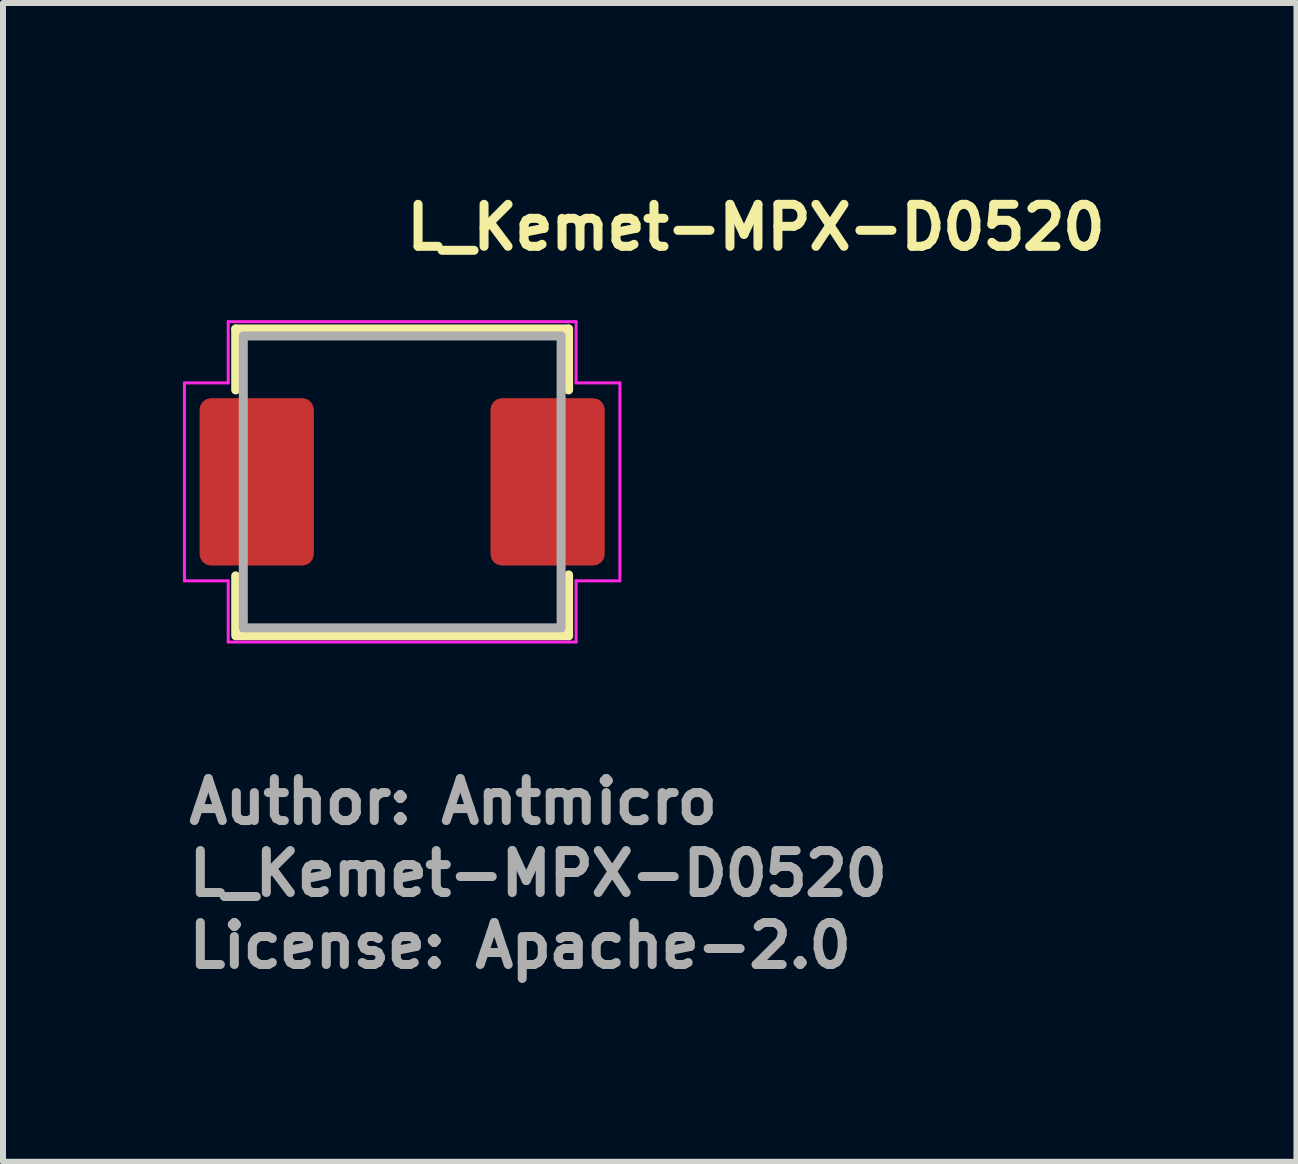
<source format=kicad_pcb>
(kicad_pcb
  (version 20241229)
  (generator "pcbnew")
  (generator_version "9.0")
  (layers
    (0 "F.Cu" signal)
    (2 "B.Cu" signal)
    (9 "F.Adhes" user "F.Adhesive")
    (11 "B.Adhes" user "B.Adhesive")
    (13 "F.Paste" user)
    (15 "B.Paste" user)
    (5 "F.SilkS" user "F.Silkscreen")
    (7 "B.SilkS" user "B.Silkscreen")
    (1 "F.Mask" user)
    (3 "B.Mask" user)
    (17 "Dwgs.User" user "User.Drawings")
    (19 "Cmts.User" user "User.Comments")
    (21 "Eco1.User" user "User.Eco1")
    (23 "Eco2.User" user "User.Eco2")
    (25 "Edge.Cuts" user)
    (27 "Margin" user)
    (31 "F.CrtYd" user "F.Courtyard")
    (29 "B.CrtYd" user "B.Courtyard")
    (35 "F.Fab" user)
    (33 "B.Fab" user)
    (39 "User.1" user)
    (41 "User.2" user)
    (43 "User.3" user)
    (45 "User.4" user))
  (footprint "L_Kemet-MPX-D0520"
    (layer "F.Cu")
    (at 3.655 4.984)
    (property "Reference" "L_Kemet-MPX-D0520" (at 0 -3.834 0) (layer "F.SilkS") (effects (font (size 0.7 0.7) (thickness 0.15)) (justify left bottom)))
    (attr smd)
    (fp_line (start -2.775 -2.549) (end 2.775 -2.549) (stroke (width 0.15) (type solid)) (layer "F.SilkS"))
    (fp_line (start -2.775 -1.533) (end -2.775 -2.549) (stroke (width 0.15) (type solid)) (layer "F.SilkS"))
    (fp_line (start -2.775 2.566) (end -2.775 1.567) (stroke (width 0.15) (type solid)) (layer "F.SilkS"))
    (fp_line (start 2.775 -2.549) (end 2.775 -1.533) (stroke (width 0.15) (type solid)) (layer "F.SilkS"))
    (fp_line (start 2.775 1.551) (end 2.775 2.566) (stroke (width 0.15) (type solid)) (layer "F.SilkS"))
    (fp_line (start 2.775 2.566) (end -2.749 2.566) (stroke (width 0.15) (type solid)) (layer "F.SilkS"))
    (fp_line (start -3.63 -1.65) (end -2.9 -1.65) (stroke (width 0.05) (type solid)) (layer "F.CrtYd"))
    (fp_line (start -3.63 1.65) (end -3.63 -1.65) (stroke (width 0.05) (type solid)) (layer "F.CrtYd"))
    (fp_line (start -2.9 -1.65) (end -2.9 -2.67) (stroke (width 0.05) (type solid)) (layer "F.CrtYd"))
    (fp_line (start -2.9 1.65) (end -3.63 1.65) (stroke (width 0.05) (type solid)) (layer "F.CrtYd"))
    (fp_line (start -2.9 2.67) (end -2.9 1.65) (stroke (width 0.05) (type solid)) (layer "F.CrtYd"))
    (fp_line (start 2.9 -2.67) (end -2.9 -2.67) (stroke (width 0.05) (type solid)) (layer "F.CrtYd"))
    (fp_line (start 2.9 -2.67) (end 2.9 -1.65) (stroke (width 0.05) (type solid)) (layer "F.CrtYd"))
    (fp_line (start 2.9 -1.65) (end 3.63 -1.65) (stroke (width 0.05) (type solid)) (layer "F.CrtYd"))
    (fp_line (start 2.9 2.67) (end -2.9 2.67) (stroke (width 0.05) (type solid)) (layer "F.CrtYd"))
    (fp_line (start 2.9 2.67) (end 2.9 1.65) (stroke (width 0.05) (type solid)) (layer "F.CrtYd"))
    (fp_line (start 3.63 1.65) (end 2.9 1.65) (stroke (width 0.05) (type solid)) (layer "F.CrtYd"))
    (fp_line (start 3.63 1.65) (end 3.63 -1.65) (stroke (width 0.05) (type solid)) (layer "F.CrtYd"))
    (fp_rect (start -2.649 -2.433) (end 2.65 2.433) (stroke (width 0.15) (type solid)) (fill no) (layer "F.Fab"))
    (fp_rect (start -2.649 -2.433) (end 2.65 2.433) (stroke (width 0.1) (type solid)) (fill no) (layer "User.5"))
    (fp_line (start -2.649 -2.433) (end -2.649 1.567) (stroke (width 0.02) (type solid)) (layer "User.9"))
    (fp_line (start -2.649 1.567) (end -2.347 1.768) (stroke (width 0.02) (type solid)) (layer "User.9"))
    (fp_line (start -2.347 1.768) (end -2.032 1.946) (stroke (width 0.02) (type solid)) (layer "User.9"))
    (fp_line (start -2.032 1.946) (end -1.71 2.094) (stroke (width 0.02) (type solid)) (layer "User.9"))
    (fp_line (start -1.71 2.094) (end -1.377 2.216) (stroke (width 0.02) (type solid)) (layer "User.9"))
    (fp_line (start -1.377 2.216) (end -1.039 2.311) (stroke (width 0.02) (type solid)) (layer "User.9"))
    (fp_line (start -1.039 2.311) (end -0.693 2.379) (stroke (width 0.02) (type solid)) (layer "User.9"))
    (fp_line (start -0.693 2.379) (end -0.347 2.42) (stroke (width 0.02) (type solid)) (layer "User.9"))
    (fp_line (start -0.347 2.42) (end 0 2.433) (stroke (width 0.02) (type solid)) (layer "User.9"))
    (fp_line (start 0 2.433) (end 0.346 2.42) (stroke (width 0.02) (type solid)) (layer "User.9"))
    (fp_line (start 0.346 2.42) (end 0.693 2.379) (stroke (width 0.02) (type solid)) (layer "User.9"))
    (fp_line (start 0.693 2.379) (end 1.039 2.311) (stroke (width 0.02) (type solid)) (layer "User.9"))
    (fp_line (start 1.039 2.311) (end 1.377 2.216) (stroke (width 0.02) (type solid)) (layer "User.9"))
    (fp_line (start 1.377 2.216) (end 1.711 2.094) (stroke (width 0.02) (type solid)) (layer "User.9"))
    (fp_line (start 1.711 2.094) (end 2.035 1.946) (stroke (width 0.02) (type solid)) (layer "User.9"))
    (fp_line (start 2.035 1.946) (end 2.348 1.768) (stroke (width 0.02) (type solid)) (layer "User.9"))
    (fp_line (start 2.348 1.768) (end 2.65 1.567) (stroke (width 0.02) (type solid)) (layer "User.9"))
    (fp_line (start 2.65 -2.433) (end -2.649 -2.433) (stroke (width 0.02) (type solid)) (layer "User.9"))
    (fp_line (start 2.65 1.567) (end 2.65 -2.433) (stroke (width 0.02) (type solid)) (layer "User.9"))
    (fp_text user "${REFERENCE}" (at -3.63 6.94 0) (layer "F.Fab") (effects (font (size 0.7 0.7) (thickness 0.15)) (justify left bottom)))
    (fp_text user "Author: Antmicro" (at -3.63 5.74 0) (layer "F.Fab") (effects (font (size 0.7 0.7) (thickness 0.15)) (justify left bottom)))
    (fp_text user "License: Apache-2.0" (at -3.63 8.14 0) (layer "F.Fab") (effects (font (size 0.7 0.7) (thickness 0.15)) (justify left bottom)))
    (pad "1" smd roundrect (at -2.425 0) (size 1.905 2.79) (layers "F.Cu" "F.Mask" "F.Paste") (roundrect_rratio 0.1))
    (pad "2" smd roundrect (at 2.425 0) (size 1.905 2.79) (layers "F.Cu" "F.Mask" "F.Paste") (roundrect_rratio 0.1)))
  (gr_rect
    (start -3 -3)
    (end 18.565 16.32)
    (stroke (width 0.1) (type default))
    (fill no)
    (layer "Edge.Cuts")))
</source>
